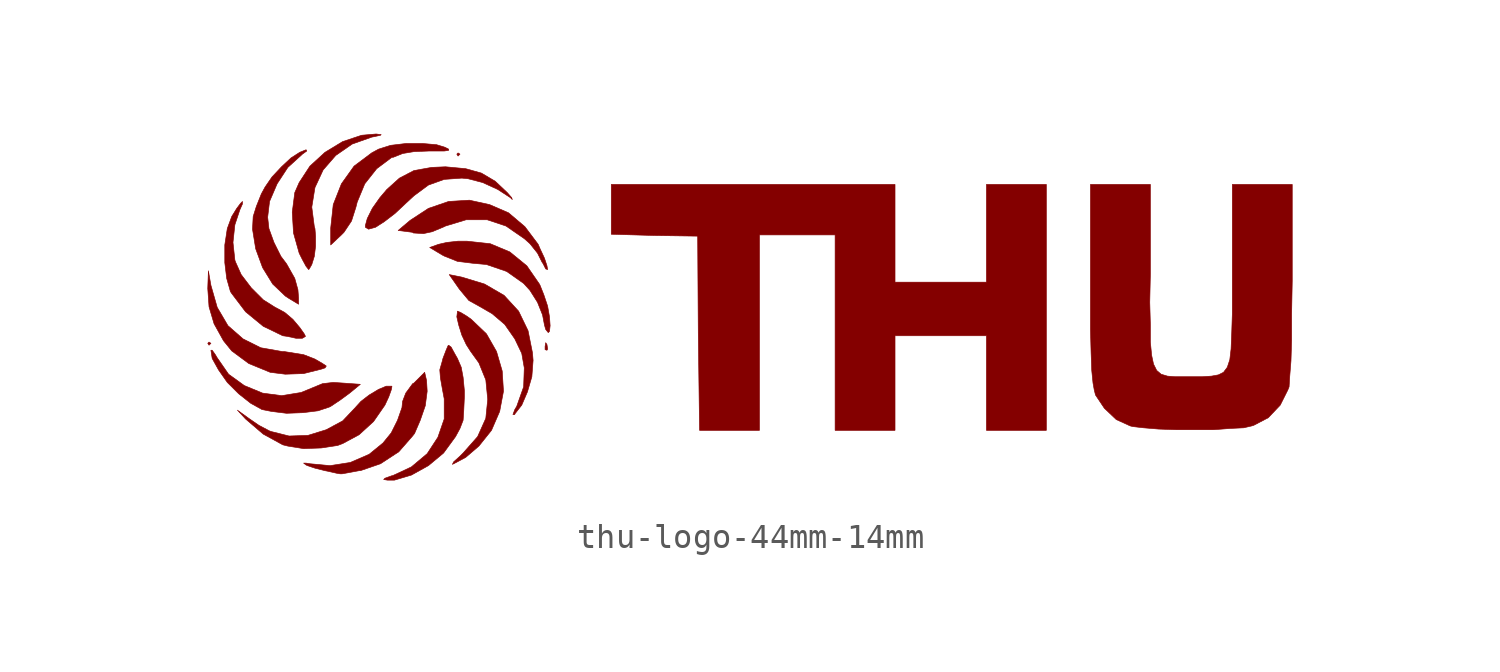
<source format=kicad_sym>
(kicad_symbol_lib
  (version 20211014)
  (generator kicad_symbol_editor)
  (symbol "thu-logo-44mm-14mm"
    (pin_names
      (offset 1.016))
    (property "Reference" "LOGO"
      (at 0 -7.62 0)
      (effects (font (size 1.524 1.524)) hide))
    (symbol "thu-logo-44mm-14mm_0_0"
      (polyline (pts (xy -21.717 -1.575) (xy -21.793 -1.524) (xy -21.844 -1.575) (xy -21.793 -1.651) (xy -21.717 -1.575)) (stroke (width 0.025) (type default) (color 0 0 0 0)) (fill (type outline)))
      (polyline (pts (xy -11.684 6.045) (xy -11.76 6.096) (xy -11.811 6.045) (xy -11.76 5.969) (xy -11.684 6.045)) (stroke (width 0.025) (type default) (color 0 0 0 0)) (fill (type outline)))
      (polyline (pts (xy -8.153 -1.803) (xy -8.179 -1.626) (xy -8.23 -1.549) (xy -8.255 -1.702) (xy -8.255 -1.829) (xy -8.179 -1.854) (xy -8.153 -1.803)) (stroke (width 0.025) (type default) (color 0 0 0 0)) (fill (type outline)))
      (polyline (pts (xy 0.381 2.794) (xy 3.429 2.794) (xy 3.429 -5.08) (xy 5.842 -5.08) (xy 5.842 -1.27) (xy 9.525 -1.27) (xy 9.525 -5.08) (xy 11.938 -5.08) (xy 11.938 4.826) (xy 9.525 4.826) (xy 9.525 0.889) (xy 5.842 0.889) (xy 5.842 4.826) (xy -5.588 4.826) (xy -5.588 2.819) (xy -3.861 2.769) (xy -2.108 2.743) (xy -2.083 -1.168) (xy -2.032 -5.08) (xy 0.381 -5.08) (xy 0.381 2.794)) (stroke (width 0.025) (type default) (color 0 0 0 0)) (fill (type outline)))
      (polyline (pts (xy -17.983 -2.794) (xy -17.272 -2.616) (xy -17.12 -2.565) (xy -17.069 -2.489) (xy -17.221 -2.388) (xy -17.526 -2.21) (xy -17.983 -2.032) (xy -18.771 -1.905) (xy -18.847 -1.905) (xy -19.71 -1.753) (xy -20.422 -1.397) (xy -21.031 -0.864) (xy -21.463 -0.127) (xy -21.717 0.762) (xy -21.819 1.346) (xy -21.844 0.635) (xy -21.793 -0.102) (xy -21.59 -0.787) (xy -21.209 -1.473) (xy -20.879 -1.88) (xy -20.193 -2.388) (xy -19.329 -2.743) (xy -18.72 -2.819) (xy -17.983 -2.794)) (stroke (width 0.025) (type default) (color 0 0 0 0)) (fill (type outline)))
      (polyline (pts (xy -9.474 -4.42) (xy -9.195 -4.064) (xy -8.966 -3.531) (xy -8.788 -2.921) (xy -8.738 -2.261) (xy -8.763 -1.956) (xy -8.941 -1.067) (xy -9.322 -0.279) (xy -9.906 0.356) (xy -10.693 0.813) (xy -11.608 1.092) (xy -12.116 1.194) (xy -11.709 0.61) (xy -11.328 0.152) (xy -10.871 -0.102) (xy -10.389 -0.381) (xy -9.881 -0.813) (xy -9.474 -1.397) (xy -9.195 -1.981) (xy -9.093 -2.565) (xy -9.119 -3.327) (xy -9.398 -4.115) (xy -9.474 -4.242) (xy -9.55 -4.445) (xy -9.474 -4.445) (xy -9.474 -4.42)) (stroke (width 0.025) (type default) (color 0 0 0 0)) (fill (type outline)))
      (polyline (pts (xy -18.009 -4.369) (xy -17.399 -4.293) (xy -16.942 -4.14) (xy -16.891 -4.115) (xy -16.51 -3.861) (xy -16.129 -3.581) (xy -15.697 -3.226) (xy -16.408 -3.175) (xy -16.789 -3.15) (xy -17.221 -3.2) (xy -18.085 -3.556) (xy -18.872 -3.683) (xy -19.634 -3.581) (xy -20.371 -3.277) (xy -21.006 -2.819) (xy -21.463 -2.159) (xy -21.539 -2.032) (xy -21.666 -1.854) (xy -21.717 -1.854) (xy -21.666 -2.184) (xy -21.412 -2.642) (xy -21.057 -3.15) (xy -20.599 -3.607) (xy -20.117 -3.988) (xy -19.66 -4.242) (xy -19.279 -4.318) (xy -18.669 -4.394) (xy -18.009 -4.369)) (stroke (width 0.025) (type default) (color 0 0 0 0)) (fill (type outline)))
      (polyline (pts (xy -16.459 2.794) (xy -16.358 2.896) (xy -16.053 3.353) (xy -15.875 3.912) (xy -15.824 4.115) (xy -15.519 4.851) (xy -15.037 5.461) (xy -14.427 5.918) (xy -14.376 5.918) (xy -13.995 6.071) (xy -13.538 6.147) (xy -12.929 6.172) (xy -12.319 6.172) (xy -12.141 6.198) (xy -12.141 6.248) (xy -12.294 6.325) (xy -12.624 6.426) (xy -13.208 6.477) (xy -13.843 6.477) (xy -14.478 6.401) (xy -14.961 6.248) (xy -15.24 6.096) (xy -15.951 5.563) (xy -16.459 4.851) (xy -16.789 4.013) (xy -16.891 3.073) (xy -16.891 2.388) (xy -16.459 2.794)) (stroke (width 0.025) (type default) (color 0 0 0 0)) (fill (type outline)))
      (polyline (pts (xy -11.836 -6.375) (xy -11.455 -6.172) (xy -10.922 -5.715) (xy -10.414 -5.08) (xy -10.084 -4.318) (xy -9.931 -3.505) (xy -9.982 -2.692) (xy -10.211 -1.905) (xy -10.617 -1.194) (xy -11.227 -0.61) (xy -11.405 -0.483) (xy -11.659 -0.33) (xy -11.786 -0.279) (xy -11.786 -0.305) (xy -11.811 -0.508) (xy -11.735 -0.838) (xy -11.608 -1.245) (xy -11.43 -1.626) (xy -11.252 -1.905) (xy -10.922 -2.362) (xy -10.643 -3.048) (xy -10.566 -3.835) (xy -10.643 -4.597) (xy -10.973 -5.334) (xy -11.557 -5.994) (xy -11.684 -6.121) (xy -11.938 -6.35) (xy -11.989 -6.452) (xy -11.836 -6.375)) (stroke (width 0.025) (type default) (color 0 0 0 0)) (fill (type outline)))
      (polyline (pts (xy -8.179 1.549) (xy -8.28 1.854) (xy -8.458 2.235) (xy -8.534 2.413) (xy -9.068 3.124) (xy -9.728 3.683) (xy -10.49 4.013) (xy -11.303 4.191) (xy -12.141 4.14) (xy -12.954 3.861) (xy -13.691 3.378) (xy -14.173 2.972) (xy -13.589 2.896) (xy -13.564 2.87) (xy -13.157 2.845) (xy -12.802 2.921) (xy -12.319 3.124) (xy -12.268 3.15) (xy -11.43 3.404) (xy -10.592 3.404) (xy -9.83 3.15) (xy -9.093 2.642) (xy -8.865 2.438) (xy -8.56 2.057) (xy -8.382 1.702) (xy -8.331 1.626) (xy -8.23 1.422) (xy -8.153 1.397) (xy -8.179 1.549)) (stroke (width 0.025) (type default) (color 0 0 0 0)) (fill (type outline)))
      (polyline (pts (xy -8.077 -1.092) (xy -8.052 -0.864) (xy -8.077 -0.508) (xy -8.153 -0.076) (xy -8.306 0.381) (xy -8.458 0.762) (xy -8.484 0.813) (xy -8.992 1.549) (xy -9.677 2.108) (xy -10.465 2.438) (xy -11.405 2.54) (xy -11.76 2.54) (xy -12.217 2.489) (xy -12.548 2.413) (xy -12.903 2.286) (xy -12.395 1.981) (xy -12.294 1.93) (xy -11.786 1.727) (xy -11.176 1.651) (xy -10.617 1.6) (xy -9.804 1.321) (xy -9.119 0.838) (xy -8.865 0.559) (xy -8.56 0.076) (xy -8.357 -0.432) (xy -8.28 -0.838) (xy -8.23 -1.016) (xy -8.128 -1.143) (xy -8.077 -1.092)) (stroke (width 0.025) (type default) (color 0 0 0 0)) (fill (type outline)))
      (polyline (pts (xy -17.755 1.422) (xy -17.653 1.6) (xy -17.551 1.93) (xy -17.501 2.337) (xy -17.501 2.743) (xy -17.526 3.048) (xy -17.551 3.124) (xy -17.653 3.912) (xy -17.526 4.699) (xy -17.196 5.41) (xy -16.688 5.994) (xy -16.027 6.452) (xy -15.24 6.731) (xy -15.113 6.756) (xy -14.884 6.807) (xy -14.859 6.833) (xy -15.062 6.858) (xy -15.646 6.807) (xy -16.408 6.553) (xy -17.12 6.121) (xy -17.729 5.563) (xy -18.161 4.902) (xy -18.339 4.496) (xy -18.44 3.708) (xy -18.39 2.87) (xy -18.161 2.057) (xy -18.034 1.803) (xy -17.882 1.524) (xy -17.78 1.397) (xy -17.755 1.422)) (stroke (width 0.025) (type default) (color 0 0 0 0)) (fill (type outline)))
      (polyline (pts (xy -17.272 -5.791) (xy -16.612 -5.69) (xy -16.408 -5.613) (xy -15.748 -5.258) (xy -15.164 -4.724) (xy -14.707 -4.064) (xy -14.554 -3.734) (xy -14.453 -3.454) (xy -14.427 -3.327) (xy -14.427 -3.302) (xy -14.656 -3.302) (xy -14.961 -3.429) (xy -15.342 -3.658) (xy -15.672 -3.912) (xy -15.926 -4.191) (xy -16.408 -4.699) (xy -17.069 -5.055) (xy -17.805 -5.283) (xy -18.567 -5.309) (xy -19.279 -5.131) (xy -19.355 -5.105) (xy -19.787 -4.877) (xy -20.193 -4.597) (xy -20.65 -4.267) (xy -20.32 -4.623) (xy -19.609 -5.232) (xy -18.821 -5.664) (xy -18.618 -5.715) (xy -17.983 -5.817) (xy -17.272 -5.791)) (stroke (width 0.025) (type default) (color 0 0 0 0)) (fill (type outline)))
      (polyline (pts (xy -15.088 3.099) (xy -14.732 3.327) (xy -14.3 3.658) (xy -13.868 4.064) (xy -13.538 4.369) (xy -12.954 4.801) (xy -12.319 5.029) (xy -11.608 5.08) (xy -11.354 5.055) (xy -10.77 4.902) (xy -10.16 4.623) (xy -9.652 4.293) (xy -9.576 4.216) (xy -9.601 4.293) (xy -9.779 4.496) (xy -10.262 4.953) (xy -10.82 5.283) (xy -11.455 5.461) (xy -12.268 5.537) (xy -12.827 5.512) (xy -13.538 5.385) (xy -14.122 5.08) (xy -14.63 4.623) (xy -14.91 4.293) (xy -15.215 3.861) (xy -15.418 3.454) (xy -15.494 3.175) (xy -15.494 3.099) (xy -15.367 3.023) (xy -15.088 3.099)) (stroke (width 0.025) (type default) (color 0 0 0 0)) (fill (type outline)))
      (polyline (pts (xy -18.186 0.254) (xy -18.212 0.584) (xy -18.339 1.041) (xy -18.669 1.626) (xy -18.898 1.93) (xy -19.177 2.489) (xy -19.38 3.048) (xy -19.431 3.505) (xy -19.355 4.14) (xy -19.05 4.851) (xy -18.618 5.512) (xy -18.059 6.02) (xy -18.034 6.045) (xy -17.856 6.172) (xy -17.882 6.223) (xy -18.136 6.121) (xy -18.491 5.893) (xy -18.872 5.537) (xy -19.253 5.131) (xy -19.533 4.724) (xy -19.685 4.445) (xy -19.888 3.937) (xy -20.015 3.531) (xy -20.041 3.023) (xy -19.914 2.235) (xy -19.634 1.473) (xy -19.228 0.813) (xy -18.72 0.33) (xy -18.567 0.229) (xy -18.186 0) (xy -18.186 0.254)) (stroke (width 0.025) (type default) (color 0 0 0 0)) (fill (type outline)))
      (polyline (pts (xy -17.907 -1.295) (xy -17.958 -1.194) (xy -18.136 -0.94) (xy -18.415 -0.61) (xy -18.745 -0.33) (xy -19.075 -0.152) (xy -19.126 -0.127) (xy -19.609 0.178) (xy -20.091 0.66) (xy -20.498 1.194) (xy -20.726 1.702) (xy -20.752 1.778) (xy -20.828 2.489) (xy -20.752 3.2) (xy -20.549 3.81) (xy -20.447 4.039) (xy -20.447 4.14) (xy -20.523 4.064) (xy -20.676 3.861) (xy -20.879 3.531) (xy -21.057 3.048) (xy -21.158 2.388) (xy -21.158 1.676) (xy -21.082 1.041) (xy -20.93 0.508) (xy -20.879 0.432) (xy -20.32 -0.305) (xy -19.609 -0.889) (xy -18.821 -1.27) (xy -18.644 -1.295) (xy -18.288 -1.372) (xy -18.034 -1.372) (xy -17.907 -1.295)) (stroke (width 0.025) (type default) (color 0 0 0 0)) (fill (type outline)))
      (polyline (pts (xy -13.64 -6.883) (xy -12.954 -6.502) (xy -12.344 -5.994) (xy -11.862 -5.334) (xy -11.684 -5.004) (xy -11.557 -4.674) (xy -11.532 -4.293) (xy -11.506 -3.734) (xy -11.506 -3.48) (xy -11.557 -2.946) (xy -11.633 -2.54) (xy -11.786 -2.184) (xy -11.887 -2.007) (xy -12.04 -1.727) (xy -12.141 -1.651) (xy -12.167 -1.676) (xy -12.243 -1.854) (xy -12.37 -2.184) (xy -12.395 -2.286) (xy -12.497 -2.642) (xy -12.471 -2.972) (xy -12.395 -3.404) (xy -12.319 -3.81) (xy -12.319 -4.623) (xy -12.573 -5.359) (xy -13.005 -6.02) (xy -13.64 -6.553) (xy -14.402 -6.909) (xy -14.427 -6.909) (xy -14.707 -7.01) (xy -14.757 -7.061) (xy -14.605 -7.087) (xy -14.326 -7.087) (xy -13.64 -6.883)) (stroke (width 0.025) (type default) (color 0 0 0 0)) (fill (type outline)))
      (polyline (pts (xy -16.154 -6.782) (xy -15.748 -6.706) (xy -15.697 -6.706) (xy -14.884 -6.426) (xy -14.148 -5.944) (xy -13.614 -5.334) (xy -13.513 -5.207) (xy -13.284 -4.674) (xy -13.081 -4.089) (xy -13.005 -3.505) (xy -13.03 -3.073) (xy -13.106 -2.743) (xy -13.538 -3.175) (xy -13.589 -3.2) (xy -13.868 -3.581) (xy -13.995 -3.912) (xy -14.021 -4.166) (xy -14.199 -4.674) (xy -14.453 -5.182) (xy -14.783 -5.588) (xy -15.342 -6.045) (xy -16.104 -6.375) (xy -16.916 -6.502) (xy -17.729 -6.426) (xy -17.882 -6.401) (xy -17.983 -6.401) (xy -17.882 -6.477) (xy -17.831 -6.502) (xy -17.526 -6.604) (xy -17.12 -6.706) (xy -16.993 -6.731) (xy -16.662 -6.807) (xy -16.51 -6.833) (xy -16.434 -6.833) (xy -16.154 -6.782)) (stroke (width 0.025) (type default) (color 0 0 0 0)) (fill (type outline)))
      (polyline (pts (xy 19.355 -5.004) (xy 19.888 -4.978) (xy 20.218 -4.902) (xy 20.295 -4.877) (xy 20.879 -4.572) (xy 21.361 -4.064) (xy 21.666 -3.454) (xy 21.717 -3.327) (xy 21.742 -2.921) (xy 21.793 -2.286) (xy 21.819 -1.448) (xy 21.819 -0.381) (xy 21.844 0.94) (xy 21.844 4.826) (xy 19.431 4.826) (xy 19.431 -0.381) (xy 19.406 -1.168) (xy 19.38 -1.803) (xy 19.329 -2.235) (xy 19.228 -2.54) (xy 19.075 -2.743) (xy 18.872 -2.845) (xy 18.593 -2.896) (xy 18.212 -2.921) (xy 17.12 -2.921) (xy 16.815 -2.896) (xy 16.561 -2.819) (xy 16.383 -2.667) (xy 16.256 -2.413) (xy 16.18 -2.057) (xy 16.129 -1.524) (xy 16.129 -0.813) (xy 16.104 0.076) (xy 16.129 1.219) (xy 16.129 4.826) (xy 13.716 4.826) (xy 13.716 -1.016) (xy 13.741 -1.956) (xy 13.767 -2.667) (xy 13.818 -3.175) (xy 13.868 -3.454) (xy 13.919 -3.658) (xy 14.275 -4.191) (xy 14.757 -4.648) (xy 15.316 -4.902) (xy 15.418 -4.928) (xy 15.85 -4.978) (xy 16.459 -5.029) (xy 17.17 -5.055) (xy 18.669 -5.055) (xy 19.355 -5.004)) (stroke (width 0.025) (type default) (color 0 0 0 0)) (fill (type outline))))))
</source>
